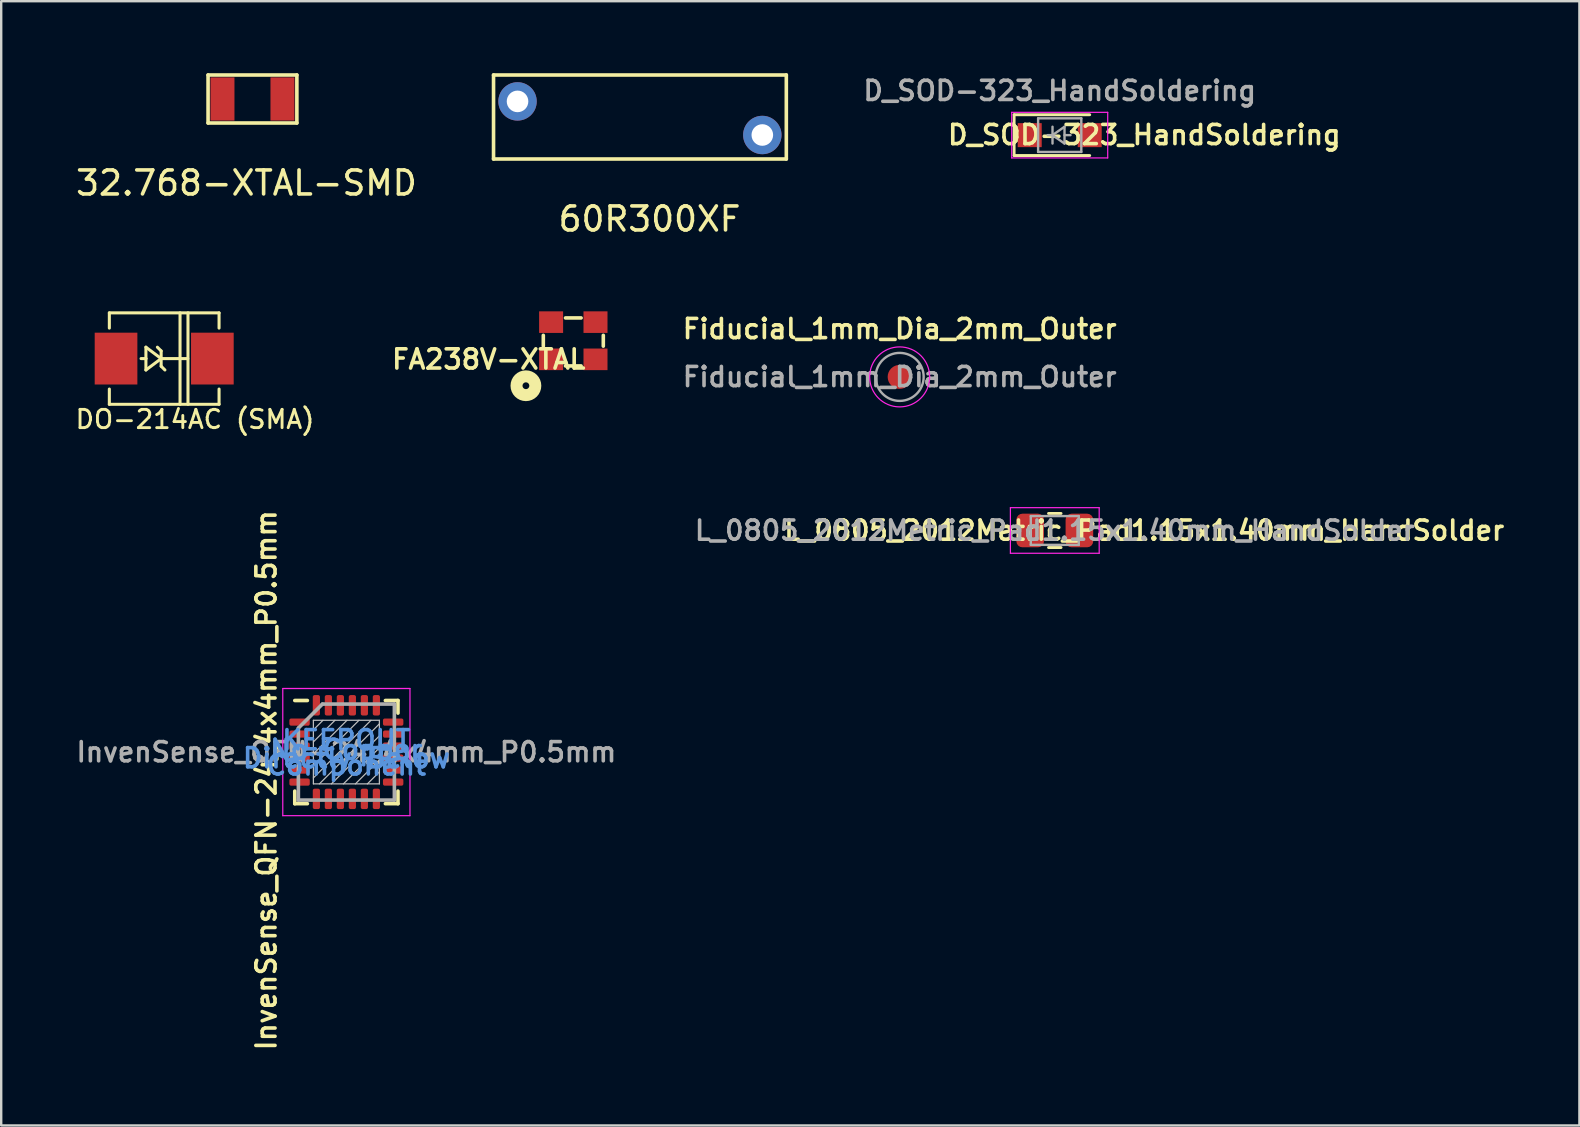
<source format=kicad_pcb>
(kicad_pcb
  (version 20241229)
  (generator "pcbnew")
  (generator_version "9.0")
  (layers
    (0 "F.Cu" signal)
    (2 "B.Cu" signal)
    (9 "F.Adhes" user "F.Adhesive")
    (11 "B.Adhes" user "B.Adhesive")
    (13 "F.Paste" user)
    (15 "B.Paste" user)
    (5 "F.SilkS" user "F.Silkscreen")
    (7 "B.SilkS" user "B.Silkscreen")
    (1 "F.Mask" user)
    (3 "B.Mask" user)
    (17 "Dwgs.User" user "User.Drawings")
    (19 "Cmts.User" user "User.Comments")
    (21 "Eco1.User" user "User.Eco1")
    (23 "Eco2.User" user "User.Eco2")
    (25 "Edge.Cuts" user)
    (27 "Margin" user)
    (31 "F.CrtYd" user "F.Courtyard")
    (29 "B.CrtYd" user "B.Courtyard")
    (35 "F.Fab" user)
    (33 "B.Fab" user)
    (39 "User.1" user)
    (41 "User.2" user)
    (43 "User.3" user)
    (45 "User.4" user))
  (footprint "DO-214AC (SMA)"
    (layer "F.Cu")
    (at 3.792 11.892)
    (property "Reference" "DO-214AC (SMA)" (at 1.283 2.531 0) (layer "F.SilkS") (effects (font (size 0.762 0.762) (thickness 0.12))))
    (attr smd)
    (fp_line (start -2.286 -1.905) (end 2.286 -1.905) (stroke (width 0.127) (type solid)) (layer "F.SilkS"))
    (fp_line (start -2.286 -1.27) (end -2.286 -1.905) (stroke (width 0.127) (type solid)) (layer "F.SilkS"))
    (fp_line (start -2.286 1.27) (end -2.286 1.905) (stroke (width 0.127) (type solid)) (layer "F.SilkS"))
    (fp_line (start -2.286 1.905) (end 2.286 1.905) (stroke (width 0.127) (type solid)) (layer "F.SilkS"))
    (fp_line (start -0.762 -0.475) (end -0.762 0) (stroke (width 0.127) (type solid)) (layer "F.SilkS"))
    (fp_line (start -0.762 0) (end -0.965 0) (stroke (width 0.127) (type solid)) (layer "F.SilkS"))
    (fp_line (start -0.762 0) (end -0.762 0.475) (stroke (width 0.127) (type solid)) (layer "F.SilkS"))
    (fp_line (start -0.762 0.475) (end -0.127 0) (stroke (width 0.127) (type solid)) (layer "F.SilkS"))
    (fp_line (start -0.127 -0.318) (end -0.284 -0.475) (stroke (width 0.127) (type solid)) (layer "F.SilkS"))
    (fp_line (start -0.127 0) (end -0.762 -0.475) (stroke (width 0.127) (type solid)) (layer "F.SilkS"))
    (fp_line (start -0.127 0) (end -0.127 -0.318) (stroke (width 0.127) (type solid)) (layer "F.SilkS"))
    (fp_line (start -0.127 0) (end -0.127 0.318) (stroke (width 0.127) (type solid)) (layer "F.SilkS"))
    (fp_line (start -0.127 0) (end 0.983 0) (stroke (width 0.127) (type solid)) (layer "F.SilkS"))
    (fp_line (start -0.127 0.318) (end 0.03 0.475) (stroke (width 0.127) (type solid)) (layer "F.SilkS"))
    (fp_line (start 0.66 1.905) (end 0.66 -1.905) (stroke (width 0.127) (type solid)) (layer "F.SilkS"))
    (fp_line (start 0.991 1.905) (end 0.991 -1.905) (stroke (width 0.127) (type solid)) (layer "F.SilkS"))
    (fp_line (start 2.286 -1.905) (end 2.286 -1.27) (stroke (width 0.127) (type solid)) (layer "F.SilkS"))
    (fp_line (start 2.286 1.905) (end 2.286 1.27) (stroke (width 0.127) (type solid)) (layer "F.SilkS"))
    (pad "1" smd rect (at -2.007 0) (size 1.778 2.159) (layers "F.Cu" "F.Mask" "F.Paste"))
    (pad "2" smd rect (at 2.007 0) (size 1.778 2.159) (layers "F.Cu" "F.Mask" "F.Paste")))
  (footprint "60R300XF"
    (layer "F.Cu")
    (at 18.515 1.075)
    (property "Reference" "60R300XF" (at 5.5 5 0) (layer "F.SilkS") (effects (font (size 1 1) (thickness 0.15))))
    (attr through_hole)
    (fp_line (start -1 -1) (end 11.2 -1) (stroke (width 0.15) (type solid)) (layer "F.SilkS"))
    (fp_line (start -1 2.5) (end -1 -1) (stroke (width 0.15) (type solid)) (layer "F.SilkS"))
    (fp_line (start 11.2 -1) (end 11.2 2.5) (stroke (width 0.15) (type solid)) (layer "F.SilkS"))
    (fp_line (start 11.2 2.5) (end -1 2.5) (stroke (width 0.15) (type solid)) (layer "F.SilkS"))
    (pad "1" thru_hole circle (at 0 0.1) (size 1.6 1.6) (drill 0.9) (layers "*.Cu" "*.Mask"))
    (pad "2" thru_hole circle (at 10.2 1.5) (size 1.6 1.6) (drill 0.9) (layers "*.Cu" "*.Mask")))
  (footprint "D_SOD-323_HandSoldering"
    (layer "F.Cu")
    (at 41.107 2.581)
    (property "Reference" "D_SOD-323_HandSoldering" (at 3.525 -0.01 0) (layer "F.SilkS") (effects (font (size 0.8 0.8) (thickness 0.15))))
    (attr smd)
    (fp_line (start -1.9 -0.85) (end -1.9 0.85) (stroke (width 0.12) (type solid)) (layer "F.SilkS"))
    (fp_line (start -1.9 -0.85) (end 1.25 -0.85) (stroke (width 0.12) (type solid)) (layer "F.SilkS"))
    (fp_line (start -1.9 0.85) (end 1.25 0.85) (stroke (width 0.12) (type solid)) (layer "F.SilkS"))
    (fp_line (start -2 -0.95) (end -2 0.95) (stroke (width 0.05) (type solid)) (layer "F.CrtYd"))
    (fp_line (start -2 -0.95) (end 2 -0.95) (stroke (width 0.05) (type solid)) (layer "F.CrtYd"))
    (fp_line (start -2 0.95) (end 2 0.95) (stroke (width 0.05) (type solid)) (layer "F.CrtYd"))
    (fp_line (start 2 -0.95) (end 2 0.95) (stroke (width 0.05) (type solid)) (layer "F.CrtYd"))
    (fp_line (start -0.9 -0.7) (end 0.9 -0.7) (stroke (width 0.1) (type solid)) (layer "F.Fab"))
    (fp_line (start -0.9 0.7) (end -0.9 -0.7) (stroke (width 0.1) (type solid)) (layer "F.Fab"))
    (fp_line (start -0.3 -0.35) (end -0.3 0.35) (stroke (width 0.1) (type solid)) (layer "F.Fab"))
    (fp_line (start -0.3 0) (end -0.5 0) (stroke (width 0.1) (type solid)) (layer "F.Fab"))
    (fp_line (start -0.3 0) (end 0.2 -0.35) (stroke (width 0.1) (type solid)) (layer "F.Fab"))
    (fp_line (start 0.2 -0.35) (end 0.2 0.35) (stroke (width 0.1) (type solid)) (layer "F.Fab"))
    (fp_line (start 0.2 0) (end 0.45 0) (stroke (width 0.1) (type solid)) (layer "F.Fab"))
    (fp_line (start 0.2 0.35) (end -0.3 0) (stroke (width 0.1) (type solid)) (layer "F.Fab"))
    (fp_line (start 0.9 -0.7) (end 0.9 0.7) (stroke (width 0.1) (type solid)) (layer "F.Fab"))
    (fp_line (start 0.9 0.7) (end -0.9 0.7) (stroke (width 0.1) (type solid)) (layer "F.Fab"))
    (fp_text user "${REFERENCE}" (at 0 -1.85 0) (layer "F.Fab") (effects (font (size 0.8 0.8) (thickness 0.15))))
    (pad "1" smd rect (at -1.25 0) (size 1 1) (layers "F.Cu" "F.Mask" "F.Paste"))
    (pad "2" smd rect (at 1.25 0) (size 1 1) (layers "F.Cu" "F.Mask" "F.Paste")))
  (footprint "32.768-XTAL-SMD"
    (layer "F.Cu")
    (at 6.22 1.075)
    (property "Reference" "32.768-XTAL-SMD" (at 1 3.5 0) (layer "F.SilkS") (effects (font (size 1 1) (thickness 0.15))))
    (attr through_hole)
    (fp_line (start -0.6 -1) (end 3.1 -1) (stroke (width 0.15) (type solid)) (layer "F.SilkS"))
    (fp_line (start -0.6 1) (end -0.6 -1) (stroke (width 0.15) (type solid)) (layer "F.SilkS"))
    (fp_line (start 3.1 -1) (end 3.1 1) (stroke (width 0.15) (type solid)) (layer "F.SilkS"))
    (fp_line (start 3.1 1) (end -0.6 1) (stroke (width 0.15) (type solid)) (layer "F.SilkS"))
    (pad "1" smd rect (at 0 0) (size 1 1.8) (layers "F.Cu" "F.Mask" "F.Paste"))
    (pad "2" smd rect (at 2.5 0) (size 1 1.8) (layers "F.Cu" "F.Mask" "F.Paste")))
  (footprint "FA238V-XTAL"
    (layer "F.Cu")
    (at 19.914 11.923)
    (property "Reference" "FA238V-XTAL" (at -2.6 0 180) (layer "F.SilkS") (effects (font (size 0.8 0.8) (thickness 0.15))))
    (attr through_hole)
    (fp_line (start -0.325 -0.55) (end -0.325 -1) (stroke (width 0.15) (type solid)) (layer "F.SilkS"))
    (fp_line (start 0.6 0.275) (end 1.25 0.275) (stroke (width 0.15) (type solid)) (layer "F.SilkS"))
    (fp_line (start 1.25 -1.725) (end 0.6 -1.725) (stroke (width 0.15) (type solid)) (layer "F.SilkS"))
    (fp_line (start 2.175 -1) (end 2.175 -0.55) (stroke (width 0.15) (type solid)) (layer "F.SilkS"))
    (fp_circle (center -1.05 1.1) (end -0.95 1.2) (stroke (width 0.5) (type solid)) (fill no) (layer "F.SilkS"))
    (pad "1" smd rect (at 0 0) (size 1 0.9) (layers "F.Cu" "F.Mask" "F.Paste"))
    (pad "2" smd rect (at 1.85 0) (size 1 0.9) (layers "F.Cu" "F.Mask" "F.Paste"))
    (pad "3" smd rect (at 1.85 -1.55) (size 1 0.9) (layers "F.Cu" "F.Mask" "F.Paste"))
    (pad "4" smd rect (at 0 -1.55) (size 1 0.9) (layers "F.Cu" "F.Mask" "F.Paste")))
  (footprint "Fiducial_1mm_Dia_2mm_Outer"
    (layer "F.Cu")
    (at 34.438 12.655)
    (property "Reference" "Fiducial_1mm_Dia_2mm_Outer" (at 0 -2 0) (layer "F.SilkS") (effects (font (size 0.8 0.8) (thickness 0.15))))
    (attr exclude_from_pos_files exclude_from_bom)
    (fp_circle (center 0 0) (end 1.25 0) (stroke (width 0.05) (type solid)) (fill no) (layer "F.CrtYd"))
    (fp_circle (center 0 0) (end 1 0) (stroke (width 0.1) (type solid)) (fill no) (layer "F.Fab"))
    (fp_text user "${REFERENCE}" (at 0 0 0) (layer "F.Fab") (effects (font (size 0.8 0.8) (thickness 0.15))))
    (pad "~" smd circle (at 0 0) (size 1 1) (layers "F.Cu" "F.Mask")))
  (footprint "L_0805_2012Metric_Pad1.15x1.40mm_HandSolder"
    (layer "F.Cu")
    (at 40.902 19.055)
    (property "Reference" "L_0805_2012Metric_Pad1.15x1.40mm_HandSolder" (at 3.725 0 0) (layer "F.SilkS") (effects (font (size 0.8 0.8) (thickness 0.15))))
    (attr smd)
    (fp_line (start -0.261 -0.71) (end 0.261 -0.71) (stroke (width 0.12) (type solid)) (layer "F.SilkS"))
    (fp_line (start -0.261 0.71) (end 0.261 0.71) (stroke (width 0.12) (type solid)) (layer "F.SilkS"))
    (fp_line (start -1.85 -0.95) (end 1.85 -0.95) (stroke (width 0.05) (type solid)) (layer "F.CrtYd"))
    (fp_line (start -1.85 0.95) (end -1.85 -0.95) (stroke (width 0.05) (type solid)) (layer "F.CrtYd"))
    (fp_line (start 1.85 -0.95) (end 1.85 0.95) (stroke (width 0.05) (type solid)) (layer "F.CrtYd"))
    (fp_line (start 1.85 0.95) (end -1.85 0.95) (stroke (width 0.05) (type solid)) (layer "F.CrtYd"))
    (fp_line (start -1 -0.6) (end 1 -0.6) (stroke (width 0.1) (type solid)) (layer "F.Fab"))
    (fp_line (start -1 0.6) (end -1 -0.6) (stroke (width 0.1) (type solid)) (layer "F.Fab"))
    (fp_line (start 1 -0.6) (end 1 0.6) (stroke (width 0.1) (type solid)) (layer "F.Fab"))
    (fp_line (start 1 0.6) (end -1 0.6) (stroke (width 0.1) (type solid)) (layer "F.Fab"))
    (fp_text user "${REFERENCE}" (at 0 0 0) (layer "F.Fab") (effects (font (size 0.8 0.8) (thickness 0.15))))
    (pad "1" smd roundrect (at -1.025 0) (size 1.15 1.4) (layers "F.Cu" "F.Mask" "F.Paste") (roundrect_rratio 0.217))
    (pad "2" smd roundrect (at 1.025 0) (size 1.15 1.4) (layers "F.Cu" "F.Mask" "F.Paste") (roundrect_rratio 0.217)))
  (footprint "InvenSense_QFN-24_4x4mm_P0.5mm"
    (layer "F.Cu")
    (at 11.383 28.289)
    (property "Reference" "InvenSense_QFN-24_4x4mm_P0.5mm" (at -3.335 1.174 90) (layer "F.SilkS") (effects (font (size 0.8 0.8) (thickness 0.15))))
    (attr smd)
    (fp_line (start -2.15 -2.15) (end -1.625 -2.15) (stroke (width 0.15) (type solid)) (layer "F.SilkS"))
    (fp_line (start -2.15 2.15) (end -2.15 1.625) (stroke (width 0.15) (type solid)) (layer "F.SilkS"))
    (fp_line (start -2.15 2.15) (end -1.625 2.15) (stroke (width 0.15) (type solid)) (layer "F.SilkS"))
    (fp_line (start 2.15 -2.15) (end 1.625 -2.15) (stroke (width 0.15) (type solid)) (layer "F.SilkS"))
    (fp_line (start 2.15 -2.15) (end 2.15 -1.625) (stroke (width 0.15) (type solid)) (layer "F.SilkS"))
    (fp_line (start 2.15 2.15) (end 1.625 2.15) (stroke (width 0.15) (type solid)) (layer "F.SilkS"))
    (fp_line (start 2.15 2.15) (end 2.15 1.625) (stroke (width 0.15) (type solid)) (layer "F.SilkS"))
    (fp_line (start -1.375 1.325) (end -1.375 -1.325) (stroke (width 0.05) (type solid)) (layer "Dwgs.User"))
    (fp_line (start -0.975 -1.325) (end -1.375 -0.925) (stroke (width 0.05) (type solid)) (layer "Dwgs.User"))
    (fp_line (start -0.475 -1.325) (end -1.375 -0.425) (stroke (width 0.05) (type solid)) (layer "Dwgs.User"))
    (fp_line (start 0.025 -1.325) (end -1.375 0.075) (stroke (width 0.05) (type solid)) (layer "Dwgs.User"))
    (fp_line (start 0.525 -1.325) (end -1.375 0.575) (stroke (width 0.05) (type solid)) (layer "Dwgs.User"))
    (fp_line (start 1.025 -1.325) (end -1.375 1.075) (stroke (width 0.05) (type solid)) (layer "Dwgs.User"))
    (fp_line (start 1.375 -1.325) (end -1.375 -1.325) (stroke (width 0.05) (type solid)) (layer "Dwgs.User"))
    (fp_line (start 1.375 -1.175) (end -1.125 1.325) (stroke (width 0.05) (type solid)) (layer "Dwgs.User"))
    (fp_line (start 1.375 -0.675) (end -0.625 1.325) (stroke (width 0.05) (type solid)) (layer "Dwgs.User"))
    (fp_line (start 1.375 -0.175) (end -0.125 1.325) (stroke (width 0.05) (type solid)) (layer "Dwgs.User"))
    (fp_line (start 1.375 0.325) (end 0.375 1.325) (stroke (width 0.05) (type solid)) (layer "Dwgs.User"))
    (fp_line (start 1.375 0.825) (end 0.875 1.325) (stroke (width 0.05) (type solid)) (layer "Dwgs.User"))
    (fp_line (start 1.375 1.325) (end -1.375 1.325) (stroke (width 0.05) (type solid)) (layer "Dwgs.User"))
    (fp_line (start 1.375 1.325) (end 1.375 -1.325) (stroke (width 0.05) (type solid)) (layer "Dwgs.User"))
    (fp_line (start -2.65 -2.65) (end -2.65 2.65) (stroke (width 0.05) (type solid)) (layer "F.CrtYd"))
    (fp_line (start -2.65 -2.65) (end 2.65 -2.65) (stroke (width 0.05) (type solid)) (layer "F.CrtYd"))
    (fp_line (start -2.65 2.65) (end 2.65 2.65) (stroke (width 0.05) (type solid)) (layer "F.CrtYd"))
    (fp_line (start 2.65 -2.65) (end 2.65 2.65) (stroke (width 0.05) (type solid)) (layer "F.CrtYd"))
    (fp_line (start -2 -1) (end -1 -2) (stroke (width 0.15) (type solid)) (layer "F.Fab"))
    (fp_line (start -2 2) (end -2 -1) (stroke (width 0.15) (type solid)) (layer "F.Fab"))
    (fp_line (start -1 -2) (end 2 -2) (stroke (width 0.15) (type solid)) (layer "F.Fab"))
    (fp_line (start 2 -2) (end 2 2) (stroke (width 0.15) (type solid)) (layer "F.Fab"))
    (fp_line (start 2 2) (end -2 2) (stroke (width 0.15) (type solid)) (layer "F.Fab"))
    (fp_text user "Directly Below" (at 0 0.25 0) (layer "Cmts.User") (effects (font (size 0.8 0.8) (thickness 0.15))))
    (fp_text user "No Copper" (at 0 -0.1 0) (layer "Cmts.User") (effects (font (size 0.8 0.8) (thickness 0.15))))
    (fp_text user "KEEPOUT" (at 0 -0.5 0) (layer "Cmts.User") (effects (font (size 0.8 0.8) (thickness 0.15))))
    (fp_text user "Component" (at 0 0.55 0) (layer "Cmts.User") (effects (font (size 0.8 0.8) (thickness 0.15))))
    (fp_text user "${REFERENCE}" (at 0 0 0) (layer "F.Fab") (effects (font (size 0.8 0.8) (thickness 0.15))))
    (pad "1" smd roundrect (at -1.95 -1.25) (size 0.85 0.3) (layers "F.Cu" "F.Mask" "F.Paste") (roundrect_rratio 0.25))
    (pad "2" smd roundrect (at -1.95 -0.75) (size 0.85 0.3) (layers "F.Cu" "F.Mask" "F.Paste") (roundrect_rratio 0.25))
    (pad "3" smd roundrect (at -1.95 -0.25) (size 0.85 0.3) (layers "F.Cu" "F.Mask" "F.Paste") (roundrect_rratio 0.25))
    (pad "4" smd roundrect (at -1.95 0.25) (size 0.85 0.3) (layers "F.Cu" "F.Mask" "F.Paste") (roundrect_rratio 0.25))
    (pad "5" smd roundrect (at -1.95 0.75) (size 0.85 0.3) (layers "F.Cu" "F.Mask" "F.Paste") (roundrect_rratio 0.25))
    (pad "6" smd roundrect (at -1.95 1.25) (size 0.85 0.3) (layers "F.Cu" "F.Mask" "F.Paste") (roundrect_rratio 0.25))
    (pad "7" smd roundrect (at -1.25 1.95 90) (size 0.85 0.3) (layers "F.Cu" "F.Mask" "F.Paste") (roundrect_rratio 0.25))
    (pad "8" smd roundrect (at -0.75 1.95 90) (size 0.85 0.3) (layers "F.Cu" "F.Mask" "F.Paste") (roundrect_rratio 0.25))
    (pad "9" smd roundrect (at -0.25 1.95 90) (size 0.85 0.3) (layers "F.Cu" "F.Mask" "F.Paste") (roundrect_rratio 0.25))
    (pad "10" smd roundrect (at 0.25 1.95 90) (size 0.85 0.3) (layers "F.Cu" "F.Mask" "F.Paste") (roundrect_rratio 0.25))
    (pad "11" smd roundrect (at 0.75 1.95 90) (size 0.85 0.3) (layers "F.Cu" "F.Mask" "F.Paste") (roundrect_rratio 0.25))
    (pad "12" smd roundrect (at 1.25 1.95 90) (size 0.85 0.3) (layers "F.Cu" "F.Mask" "F.Paste") (roundrect_rratio 0.25))
    (pad "13" smd roundrect (at 1.95 1.25) (size 0.85 0.3) (layers "F.Cu" "F.Mask" "F.Paste") (roundrect_rratio 0.25))
    (pad "14" smd roundrect (at 1.95 0.75) (size 0.85 0.3) (layers "F.Cu" "F.Mask" "F.Paste") (roundrect_rratio 0.25))
    (pad "15" smd roundrect (at 1.95 0.25) (size 0.85 0.3) (layers "F.Cu" "F.Mask" "F.Paste") (roundrect_rratio 0.25))
    (pad "16" smd roundrect (at 1.95 -0.25) (size 0.85 0.3) (layers "F.Cu" "F.Mask" "F.Paste") (roundrect_rratio 0.25))
    (pad "17" smd roundrect (at 1.95 -0.75) (size 0.85 0.3) (layers "F.Cu" "F.Mask" "F.Paste") (roundrect_rratio 0.25))
    (pad "18" smd roundrect (at 1.95 -1.25) (size 0.85 0.3) (layers "F.Cu" "F.Mask" "F.Paste") (roundrect_rratio 0.25))
    (pad "19" smd roundrect (at 1.25 -1.95 90) (size 0.85 0.3) (layers "F.Cu" "F.Mask" "F.Paste") (roundrect_rratio 0.25))
    (pad "20" smd roundrect (at 0.75 -1.95 90) (size 0.85 0.3) (layers "F.Cu" "F.Mask" "F.Paste") (roundrect_rratio 0.25))
    (pad "21" smd roundrect (at 0.25 -1.95 90) (size 0.85 0.3) (layers "F.Cu" "F.Mask" "F.Paste") (roundrect_rratio 0.25))
    (pad "22" smd roundrect (at -0.25 -1.95 90) (size 0.85 0.3) (layers "F.Cu" "F.Mask" "F.Paste") (roundrect_rratio 0.25))
    (pad "23" smd roundrect (at -0.75 -1.95 90) (size 0.85 0.3) (layers "F.Cu" "F.Mask" "F.Paste") (roundrect_rratio 0.25))
    (pad "24" smd roundrect (at -1.25 -1.95 90) (size 0.85 0.3) (layers "F.Cu" "F.Mask" "F.Paste") (roundrect_rratio 0.25)))
  (gr_rect
    (start -3 -3)
    (end 62.762 43.846)
    (stroke (width 0.1) (type default))
    (fill no)
    (layer "Edge.Cuts")))
</source>
